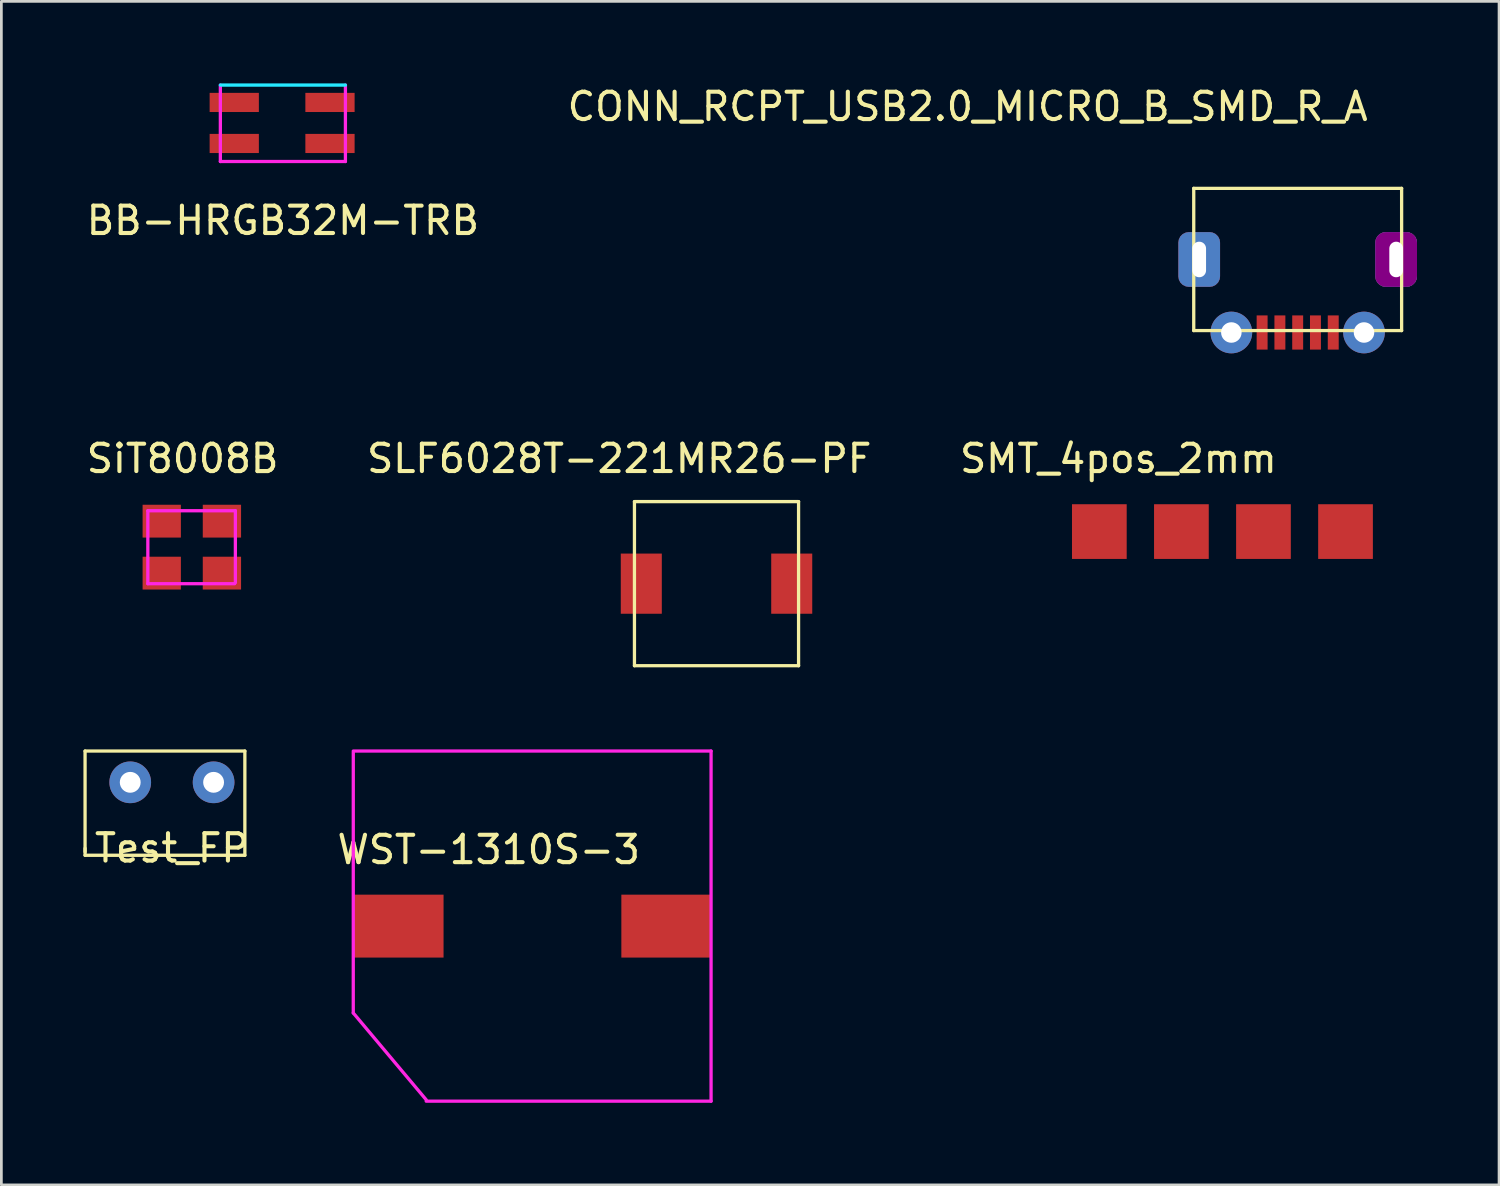
<source format=kicad_pcb>
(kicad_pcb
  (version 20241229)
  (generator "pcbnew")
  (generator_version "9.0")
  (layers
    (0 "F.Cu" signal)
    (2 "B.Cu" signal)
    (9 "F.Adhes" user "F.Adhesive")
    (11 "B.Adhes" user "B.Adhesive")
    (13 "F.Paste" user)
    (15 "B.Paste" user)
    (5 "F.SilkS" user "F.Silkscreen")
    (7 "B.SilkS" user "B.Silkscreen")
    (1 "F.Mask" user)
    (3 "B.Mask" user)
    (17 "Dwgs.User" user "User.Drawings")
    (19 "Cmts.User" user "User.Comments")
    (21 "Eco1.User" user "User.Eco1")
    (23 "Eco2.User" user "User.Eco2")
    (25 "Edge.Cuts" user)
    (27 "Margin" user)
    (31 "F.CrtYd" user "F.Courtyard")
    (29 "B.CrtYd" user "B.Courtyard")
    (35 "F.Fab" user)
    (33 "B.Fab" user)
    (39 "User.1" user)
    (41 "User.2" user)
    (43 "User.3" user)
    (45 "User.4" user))
  (footprint "SiT8008B"
    (layer "F.Cu")
    (at 2.863 16.003)
    (property "Reference" "SiT8008B" (at 0.762 -2.286 0) (layer "F.SilkS") (effects (font (size 1 1) (thickness 0.15))))
    (attr through_hole)
    (fp_line (start -0.508 -0.381) (end 2.692 -0.381) (stroke (width 0.12) (type solid)) (layer "F.CrtYd"))
    (fp_line (start -0.508 2.286) (end -0.508 -0.381) (stroke (width 0.12) (type solid)) (layer "F.CrtYd"))
    (fp_line (start 2.667 2.286) (end -0.508 2.286) (stroke (width 0.12) (type solid)) (layer "F.CrtYd"))
    (fp_line (start 2.692 -0.381) (end 2.692 2.246) (stroke (width 0.12) (type solid)) (layer "F.CrtYd"))
    (pad "1" smd rect (at 0 0) (size 1.4 1.2) (layers "F.Cu" "F.Mask" "F.Paste"))
    (pad "2" smd rect (at 2.2 0) (size 1.4 1.2) (layers "F.Cu" "F.Mask" "F.Paste"))
    (pad "3" smd rect (at 2.2 1.9) (size 1.4 1.2) (layers "F.Cu" "F.Mask" "F.Paste"))
    (pad "4" smd rect (at 0 1.9) (size 1.4 1.2) (layers "F.Cu" "F.Mask" "F.Paste")))
  (footprint "SLF6028T-221MR26-PF"
    (layer "F.Cu")
    (at 23.145 18.288)
    (property "Reference" "SLF6028T-221MR26-PF" (at -3.556 -4.572 0) (layer "F.SilkS") (effects (font (size 1 1) (thickness 0.15))))
    (attr through_hole)
    (fp_line (start -3 -3) (end -3 3) (stroke (width 0.12) (type solid)) (layer "F.SilkS"))
    (fp_line (start -3 -3) (end 3 -3) (stroke (width 0.12) (type solid)) (layer "F.SilkS"))
    (fp_line (start -3 3) (end 3 3) (stroke (width 0.12) (type solid)) (layer "F.SilkS"))
    (fp_line (start 3 -3) (end 3 3) (stroke (width 0.12) (type solid)) (layer "F.SilkS"))
    (pad "1" smd rect (at -2.75 0) (size 1.5 2.2) (layers "F.Cu" "F.Mask" "F.Paste"))
    (pad "2" smd rect (at 2.75 0) (size 1.5 2.2) (layers "F.Cu" "F.Mask" "F.Paste")))
  (footprint "BB-HRGB32M-TRB"
    (layer "F.Cu")
    (at 5.514 0.695)
    (property "Reference" "BB-HRGB32M-TRB" (at 1.778 4.318 0) (layer "F.SilkS") (effects (font (size 1 1) (thickness 0.15))))
    (attr through_hole)
    (fp_line (start -0.508 -0.635) (end 4.064 -0.635) (stroke (width 0.12) (type solid)) (layer "B.CrtYd"))
    (fp_line (start -0.508 2.159) (end -0.508 -0.635) (stroke (width 0.12) (type solid)) (layer "F.CrtYd"))
    (fp_line (start 4.064 -0.635) (end 4.064 2.159) (stroke (width 0.12) (type solid)) (layer "F.CrtYd"))
    (fp_line (start 4.064 2.159) (end -0.508 2.159) (stroke (width 0.12) (type solid)) (layer "F.CrtYd"))
    (pad "1" smd rect (at 0 0) (size 1.8 0.7) (layers "F.Cu" "F.Mask" "F.Paste"))
    (pad "2" smd rect (at 0 1.5) (size 1.8 0.7) (layers "F.Cu" "F.Mask" "F.Paste"))
    (pad "3" smd rect (at 3.5 1.5) (size 1.8 0.7) (layers "F.Cu" "F.Mask" "F.Paste"))
    (pad "4" smd rect (at 3.5 0) (size 1.8 0.7) (layers "F.Cu" "F.Mask" "F.Paste")))
  (footprint "SMT_4pos_2mm"
    (layer "F.Cu")
    (at 41.141 16.384)
    (property "Reference" "SMT_4pos_2mm" (at -3.302 -2.667 0) (layer "F.SilkS") (effects (font (size 1 1) (thickness 0.15))))
    (attr through_hole)
    (pad "1" smd rect (at -4 0) (size 2 2) (layers "F.Cu" "F.Mask" "F.Paste"))
    (pad "2" smd rect (at -1 0) (size 2 2) (layers "F.Cu" "F.Mask" "F.Paste"))
    (pad "2" smd rect (at 2 0) (size 2 2) (layers "F.Cu" "F.Mask" "F.Paste"))
    (pad "4" smd rect (at 5 0) (size 2 2) (layers "F.Cu" "F.Mask" "F.Paste")))
  (footprint "WST-1310S-3"
    (layer "F.Cu")
    (at 11.516 30.808)
    (property "Reference" "WST-1310S-3" (at 3.302 -2.794 0) (layer "F.SilkS") (effects (font (size 1 1) (thickness 0.15))))
    (attr through_hole)
    (fp_line (start -1.651 -6.4) (end 11.43 -6.4) (stroke (width 0.12) (type solid)) (layer "F.CrtYd"))
    (fp_line (start -1.651 3.175) (end -1.65 -6.35) (stroke (width 0.12) (type solid)) (layer "F.CrtYd"))
    (fp_line (start 1.016 6.35) (end -1.651 3.175) (stroke (width 0.12) (type solid)) (layer "F.CrtYd"))
    (fp_line (start 11.43 -6.4) (end 11.43 6.4) (stroke (width 0.12) (type solid)) (layer "F.CrtYd"))
    (fp_line (start 11.43 6.4) (end 1.016 6.4) (stroke (width 0.12) (type solid)) (layer "F.CrtYd"))
    (pad "1" smd rect (at 0 0) (size 3.3 2.3) (layers "F.Cu" "F.Mask" "F.Paste"))
    (pad "1" smd rect (at 9.8 0) (size 3.3 2.3) (layers "F.Cu" "F.Mask" "F.Paste")))
  (footprint "CONN_RCPT_USB2.0_MICRO_B_SMD_R_A"
    (layer "F.Cu")
    (at 44.392 6.436)
    (property "Reference" "CONN_RCPT_USB2.0_MICRO_B_SMD_R_A" (at -12.065 -5.588 0) (layer "F.SilkS") (effects (font (size 1 1) (thickness 0.15))))
    (attr through_hole)
    (fp_line (start -3.8 -2.6) (end -3.8 2.6) (stroke (width 0.12) (type solid)) (layer "F.SilkS"))
    (fp_line (start -3.8 -2.6) (end 3.8 -2.6) (stroke (width 0.12) (type solid)) (layer "F.SilkS"))
    (fp_line (start -3.8 2.6) (end 3.8 2.6) (stroke (width 0.12) (type solid)) (layer "F.SilkS"))
    (fp_line (start 3.8 -2.6) (end 3.8 2.6) (stroke (width 0.12) (type solid)) (layer "F.SilkS"))
    (pad "1" thru_hole roundrect (at -3.6 0) (size 1.524 2) (drill oval 0.5 1.3) (layers "*.Cu" "*.Mask") (roundrect_rratio 0.25))
    (pad "1" thru_hole circle (at -2.425 2.67) (size 1.524 1.524) (drill 0.75) (layers "*.Cu" "*.Mask"))
    (pad "1" smd rect (at -1.3 2.67) (size 0.4 1.25) (layers "F.Cu" "F.Mask" "F.Paste"))
    (pad "1" smd rect (at -0.65 2.67) (size 0.4 1.25) (layers "F.Cu" "F.Mask" "F.Paste"))
    (pad "1" smd rect (at 0 2.67) (size 0.4 1.25) (layers "F.Cu" "F.Mask" "F.Paste"))
    (pad "1" smd rect (at 0.65 2.67) (size 0.4 1.25) (layers "F.Cu" "F.Mask" "F.Paste"))
    (pad "1" smd rect (at 1.3 2.67) (size 0.4 1.25) (layers "F.Cu" "F.Mask" "F.Paste"))
    (pad "1" thru_hole circle (at 2.425 2.67) (size 1.524 1.524) (drill 0.75) (layers "*.Cu" "*.Mask" "F.Paste"))
    (pad "1" thru_hole roundrect (at 3.6 0) (size 1.524 2) (drill oval 0.5 1.3) (layers "*.Cu" "*.Mask" "F.Adhes") (roundrect_rratio 0.25)))
  (footprint "Test_FP"
    (layer "F.Cu")
    (at 3.235 27.456)
    (property "Reference" "Test_FP" (at 0 0.5 0) (layer "F.SilkS") (effects (font (size 1 1) (thickness 0.15))))
    (attr through_hole)
    (fp_line (start -3.175 -3.048) (end 2.667 -3.048) (stroke (width 0.12) (type solid)) (layer "F.SilkS"))
    (fp_line (start -3.175 0.635) (end -3.175 -3.048) (stroke (width 0.12) (type solid)) (layer "F.SilkS"))
    (fp_line (start -3.175 0.762) (end -3.175 0.508) (stroke (width 0.12) (type solid)) (layer "F.SilkS"))
    (fp_line (start 2.667 -3.048) (end 2.667 0.762) (stroke (width 0.12) (type solid)) (layer "F.SilkS"))
    (fp_line (start 2.667 0.762) (end -3.175 0.762) (stroke (width 0.12) (type solid)) (layer "F.SilkS"))
    (pad "1" thru_hole circle (at -1.524 -1.905) (size 1.524 1.524) (drill 0.762) (layers "*.Cu" "*.Mask"))
    (pad "2" thru_hole circle (at 1.524 -1.905) (size 1.524 1.524) (drill 0.762) (layers "*.Cu" "*.Mask")))
  (gr_rect
    (start -3 -3)
    (end 51.754 40.269)
    (stroke (width 0.1) (type default))
    (fill no)
    (layer "Edge.Cuts")))
</source>
